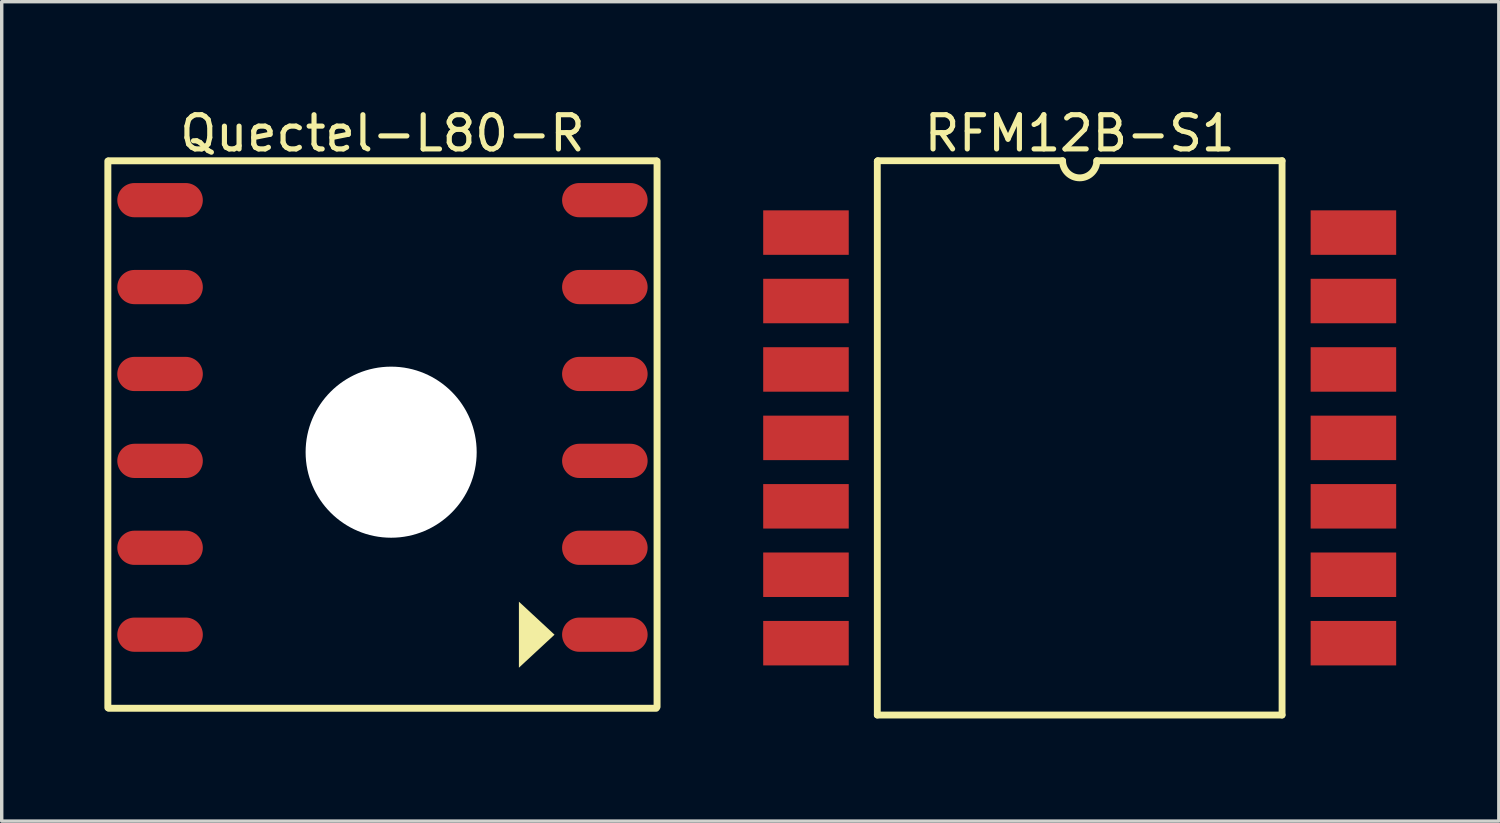
<source format=kicad_pcb>
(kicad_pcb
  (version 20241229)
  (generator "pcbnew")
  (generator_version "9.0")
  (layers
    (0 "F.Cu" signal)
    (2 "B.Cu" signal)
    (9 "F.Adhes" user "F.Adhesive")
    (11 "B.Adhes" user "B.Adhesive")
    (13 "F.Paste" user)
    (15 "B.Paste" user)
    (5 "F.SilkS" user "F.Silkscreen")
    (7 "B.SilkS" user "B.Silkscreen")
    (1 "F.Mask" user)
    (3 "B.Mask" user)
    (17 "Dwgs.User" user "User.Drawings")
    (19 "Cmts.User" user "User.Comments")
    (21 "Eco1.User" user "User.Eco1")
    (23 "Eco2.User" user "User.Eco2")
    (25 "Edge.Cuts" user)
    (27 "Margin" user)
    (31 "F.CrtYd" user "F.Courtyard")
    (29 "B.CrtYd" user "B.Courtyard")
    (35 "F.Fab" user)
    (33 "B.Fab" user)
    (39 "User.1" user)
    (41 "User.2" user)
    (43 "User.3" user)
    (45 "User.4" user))
  (footprint "Quectel-L80-R"
    (layer "F.Cu")
    (at 8.128 9.15)
    (property "Reference" "Quectel-L80-R" (at 0 -8.302 0) (layer "F.SilkS") (effects (font (size 1 1) (thickness 0.15))))
    (fp_line (start -8.026 8.484) (end -8.026 -7.493) (stroke (width 0.203) (type solid)) (layer "F.SilkS"))
    (fp_line (start -8 -7.5) (end 8 -7.5) (stroke (width 0.203) (type solid)) (layer "F.SilkS"))
    (fp_line (start -8 8.5) (end 8 8.5) (stroke (width 0.203) (type solid)) (layer "F.SilkS"))
    (fp_line (start 8.026 8.458) (end 8.026 -7.493) (stroke (width 0.203) (type solid)) (layer "F.SilkS"))
    (fp_poly (pts (xy 5.029 6.35) (xy 3.988 5.385) (xy 3.988 7.315)) (stroke (width 0) (type default)) (fill yes) (layer "F.SilkS"))
    (pad "" np_thru_hole circle (at 0.254 1.016 90) (size 5 5) (drill 5) (layers "*.Cu" "*.Mask"))
    (pad "1" smd oval (at 6.5 6.35 90) (size 1 2.5) (layers "F.Cu" "F.Mask" "F.Paste"))
    (pad "2" smd oval (at 6.5 3.81 90) (size 1 2.5) (layers "F.Cu" "F.Mask" "F.Paste"))
    (pad "3" smd oval (at 6.5 1.27 90) (size 1 2.5) (layers "F.Cu" "F.Mask" "F.Paste"))
    (pad "4" smd oval (at 6.5 -1.27 90) (size 1 2.5) (layers "F.Cu" "F.Mask" "F.Paste"))
    (pad "5" smd oval (at 6.5 -3.81 90) (size 1 2.5) (layers "F.Cu" "F.Mask" "F.Paste"))
    (pad "6" smd oval (at 6.5 -6.35 90) (size 1 2.5) (layers "F.Cu" "F.Mask" "F.Paste"))
    (pad "7" smd oval (at -6.5 -6.35 90) (size 1 2.5) (layers "F.Cu" "F.Mask" "F.Paste"))
    (pad "8" smd oval (at -6.5 -3.81 90) (size 1 2.5) (layers "F.Cu" "F.Mask" "F.Paste"))
    (pad "9" smd oval (at -6.5 -1.27 90) (size 1 2.5) (layers "F.Cu" "F.Mask" "F.Paste"))
    (pad "10" smd oval (at -6.5 1.27 90) (size 1 2.5) (layers "F.Cu" "F.Mask" "F.Paste"))
    (pad "11" smd oval (at -6.5 3.81 90) (size 1 2.5) (layers "F.Cu" "F.Mask" "F.Paste"))
    (pad "12" smd oval (at -6.5 6.35 90) (size 1 2.5) (layers "F.Cu" "F.Mask" "F.Paste")))
  (footprint "RFM12B-S1"
    (layer "F.Cu")
    (at 28.506 9.748)
    (property "Reference" "RFM12B-S1" (at 0 -8.9 0) (layer "F.SilkS") (effects (font (size 1 1) (thickness 0.15))))
    (fp_line (start -5.915 -8.085) (end -5.9 -8.1) (stroke (width 0.2) (type solid)) (layer "F.SilkS"))
    (fp_line (start -5.915 8.1) (end -5.915 -8.085) (stroke (width 0.2) (type solid)) (layer "F.SilkS"))
    (fp_line (start -5.915 8.1) (end 5.915 8.1) (stroke (width 0.2) (type solid)) (layer "F.SilkS"))
    (fp_line (start -5.9 -8.1) (end -0.5 -8.1) (stroke (width 0.2) (type solid)) (layer "F.SilkS"))
    (fp_line (start 0.5 -8.1) (end 5.915 -8.1) (stroke (width 0.2) (type solid)) (layer "F.SilkS"))
    (fp_line (start 5.915 8.1) (end 5.915 -8.1) (stroke (width 0.2) (type solid)) (layer "F.SilkS"))
    (fp_arc (start 0.5 -8.1) (mid 0 -7.6) (end -0.5 -8.1) (stroke (width 0.2) (type solid)) (layer "F.SilkS"))
    (pad "1" smd rect (at -8 -6) (size 2.5 1.3) (layers "F.Cu" "F.Mask" "F.Paste"))
    (pad "2" smd rect (at -8 -4) (size 2.5 1.3) (layers "F.Cu" "F.Mask" "F.Paste"))
    (pad "3" smd rect (at -8 -2) (size 2.5 1.3) (layers "F.Cu" "F.Mask" "F.Paste"))
    (pad "4" smd rect (at -8 0) (size 2.5 1.3) (layers "F.Cu" "F.Mask" "F.Paste"))
    (pad "5" smd rect (at -8 2) (size 2.5 1.3) (layers "F.Cu" "F.Mask" "F.Paste"))
    (pad "6" smd rect (at -8 4) (size 2.5 1.3) (layers "F.Cu" "F.Mask" "F.Paste"))
    (pad "7" smd rect (at -8 6) (size 2.5 1.3) (layers "F.Cu" "F.Mask" "F.Paste"))
    (pad "8" smd rect (at 8 6) (size 2.5 1.3) (layers "F.Cu" "F.Mask" "F.Paste"))
    (pad "9" smd rect (at 8 4) (size 2.5 1.3) (layers "F.Cu" "F.Mask" "F.Paste"))
    (pad "10" smd rect (at 8 2) (size 2.5 1.3) (layers "F.Cu" "F.Mask" "F.Paste"))
    (pad "11" smd rect (at 8 0) (size 2.5 1.3) (layers "F.Cu" "F.Mask" "F.Paste"))
    (pad "12" smd rect (at 8 -2) (size 2.5 1.3) (layers "F.Cu" "F.Mask" "F.Paste"))
    (pad "13" smd rect (at 8 -4) (size 2.5 1.3) (layers "F.Cu" "F.Mask" "F.Paste"))
    (pad "14" smd rect (at 8 -6) (size 2.5 1.3) (layers "F.Cu" "F.Mask" "F.Paste")))
  (gr_rect
    (start -3 -3)
    (end 40.756 20.948)
    (stroke (width 0.1) (type default))
    (fill no)
    (layer "Edge.Cuts")))
</source>
